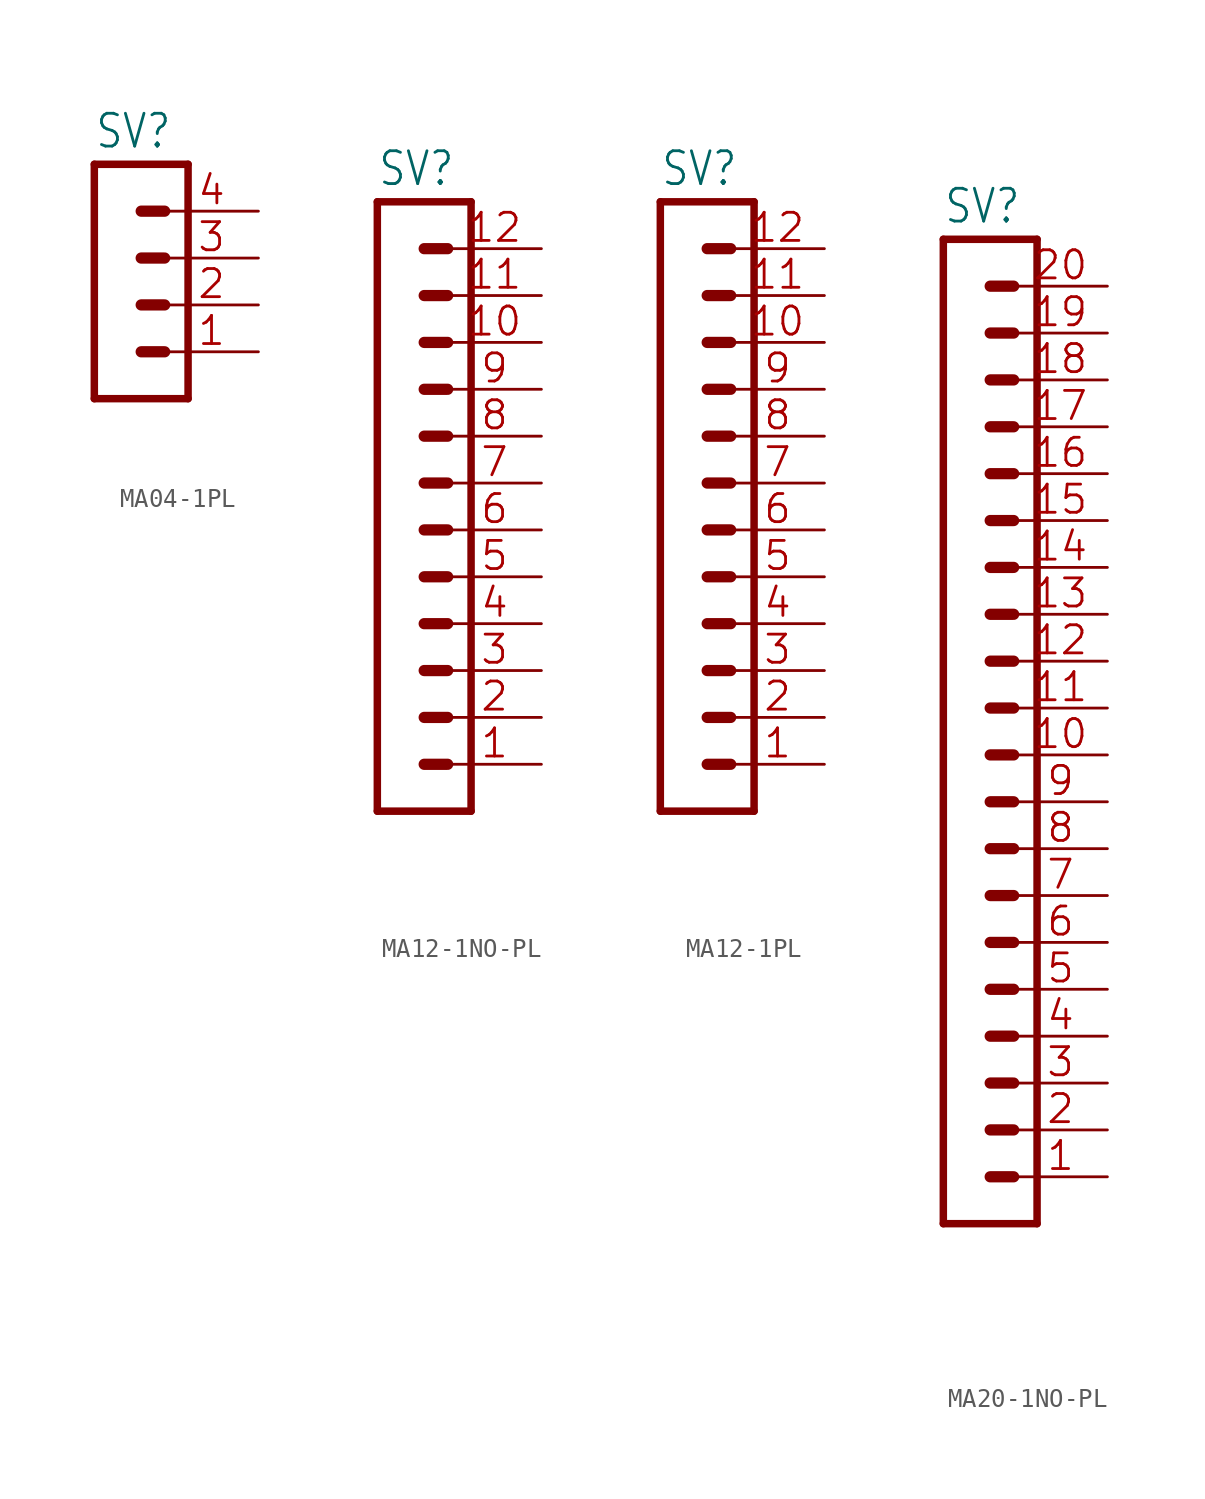
<source format=kicad_sym>
(kicad_symbol_lib
  (version 20241209)
  (generator "kicad_symbol_editor")
  (generator_version "9.0")
  (symbol "MA04-1PL"
    (property "Reference" "SV"
      (at -1.27 5.842 0)
      (effects (font (size 1.778 1.511)) (justify left bottom)))
    (property "Value" ""
      (at -1.27 -10.16 0)
      (effects (font (size 1.778 1.511)) (justify left bottom)))
    (property "ki_locked" ""
      (at 0 0 0)
      (effects (font (size 1.27 1.27))))
    (symbol "MA04-1PL_1_0"
      (polyline (pts (xy -1.27 5.08) (xy -1.27 -7.62)) (stroke (width 0.406) (type solid)) (fill (type none)))
      (polyline (pts (xy -1.27 5.08) (xy 3.81 5.08)) (stroke (width 0.406) (type solid)) (fill (type none)))
      (polyline (pts (xy 1.27 2.54) (xy 2.54 2.54)) (stroke (width 0.61) (type solid)) (fill (type none)))
      (polyline (pts (xy 1.27 0) (xy 2.54 0)) (stroke (width 0.61) (type solid)) (fill (type none)))
      (polyline (pts (xy 1.27 -2.54) (xy 2.54 -2.54)) (stroke (width 0.61) (type solid)) (fill (type none)))
      (polyline (pts (xy 1.27 -5.08) (xy 2.54 -5.08)) (stroke (width 0.61) (type solid)) (fill (type none)))
      (polyline (pts (xy 3.81 -7.62) (xy -1.27 -7.62)) (stroke (width 0.406) (type solid)) (fill (type none)))
      (polyline (pts (xy 3.81 -7.62) (xy 3.81 5.08)) (stroke (width 0.406) (type solid)) (fill (type none)))
      (pin passive line (at 7.62 2.54 180) (length 5.08) (name "4" (effects (font (size 0 0)))) (number "4" (effects (font (size 1.524 1.524)))))
      (pin passive line (at 7.62 0 180) (length 5.08) (name "3" (effects (font (size 0 0)))) (number "3" (effects (font (size 1.524 1.524)))))
      (pin passive line (at 7.62 -2.54 180) (length 5.08) (name "2" (effects (font (size 0 0)))) (number "2" (effects (font (size 1.524 1.524)))))
      (pin passive line (at 7.62 -5.08 180) (length 5.08) (name "1" (effects (font (size 0 0)))) (number "1" (effects (font (size 1.524 1.524)))))))
  (symbol "MA12-1NO-PL"
    (property "Reference" "SV"
      (at -1.27 18.542 0)
      (effects (font (size 1.778 1.511)) (justify left bottom)))
    (property "Value" ""
      (at -1.27 -17.78 0)
      (effects (font (size 1.778 1.511)) (justify left bottom)))
    (property "ki_locked" ""
      (at 0 0 0)
      (effects (font (size 1.27 1.27))))
    (symbol "MA12-1NO-PL_1_0"
      (polyline (pts (xy -1.27 17.78) (xy -1.27 -15.24)) (stroke (width 0.406) (type solid)) (fill (type none)))
      (polyline (pts (xy -1.27 17.78) (xy 3.81 17.78)) (stroke (width 0.406) (type solid)) (fill (type none)))
      (polyline (pts (xy 1.27 15.24) (xy 2.54 15.24)) (stroke (width 0.61) (type solid)) (fill (type none)))
      (polyline (pts (xy 1.27 12.7) (xy 2.54 12.7)) (stroke (width 0.61) (type solid)) (fill (type none)))
      (polyline (pts (xy 1.27 10.16) (xy 2.54 10.16)) (stroke (width 0.61) (type solid)) (fill (type none)))
      (polyline (pts (xy 1.27 7.62) (xy 2.54 7.62)) (stroke (width 0.61) (type solid)) (fill (type none)))
      (polyline (pts (xy 1.27 5.08) (xy 2.54 5.08)) (stroke (width 0.61) (type solid)) (fill (type none)))
      (polyline (pts (xy 1.27 2.54) (xy 2.54 2.54)) (stroke (width 0.61) (type solid)) (fill (type none)))
      (polyline (pts (xy 1.27 0) (xy 2.54 0)) (stroke (width 0.61) (type solid)) (fill (type none)))
      (polyline (pts (xy 1.27 -2.54) (xy 2.54 -2.54)) (stroke (width 0.61) (type solid)) (fill (type none)))
      (polyline (pts (xy 1.27 -5.08) (xy 2.54 -5.08)) (stroke (width 0.61) (type solid)) (fill (type none)))
      (polyline (pts (xy 1.27 -7.62) (xy 2.54 -7.62)) (stroke (width 0.61) (type solid)) (fill (type none)))
      (polyline (pts (xy 1.27 -10.16) (xy 2.54 -10.16)) (stroke (width 0.61) (type solid)) (fill (type none)))
      (polyline (pts (xy 1.27 -12.7) (xy 2.54 -12.7)) (stroke (width 0.61) (type solid)) (fill (type none)))
      (polyline (pts (xy 3.81 -15.24) (xy -1.27 -15.24)) (stroke (width 0.406) (type solid)) (fill (type none)))
      (polyline (pts (xy 3.81 -15.24) (xy 3.81 17.78)) (stroke (width 0.406) (type solid)) (fill (type none)))
      (pin passive line (at 7.62 15.24 180) (length 5.08) (name "12" (effects (font (size 0 0)))) (number "12" (effects (font (size 1.524 1.524)))))
      (pin passive line (at 7.62 12.7 180) (length 5.08) (name "11" (effects (font (size 0 0)))) (number "11" (effects (font (size 1.524 1.524)))))
      (pin passive line (at 7.62 10.16 180) (length 5.08) (name "10" (effects (font (size 0 0)))) (number "10" (effects (font (size 1.524 1.524)))))
      (pin passive line (at 7.62 7.62 180) (length 5.08) (name "9" (effects (font (size 0 0)))) (number "9" (effects (font (size 1.524 1.524)))))
      (pin passive line (at 7.62 5.08 180) (length 5.08) (name "8" (effects (font (size 0 0)))) (number "8" (effects (font (size 1.524 1.524)))))
      (pin passive line (at 7.62 2.54 180) (length 5.08) (name "7" (effects (font (size 0 0)))) (number "7" (effects (font (size 1.524 1.524)))))
      (pin passive line (at 7.62 0 180) (length 5.08) (name "6" (effects (font (size 0 0)))) (number "6" (effects (font (size 1.524 1.524)))))
      (pin passive line (at 7.62 -2.54 180) (length 5.08) (name "5" (effects (font (size 0 0)))) (number "5" (effects (font (size 1.524 1.524)))))
      (pin passive line (at 7.62 -5.08 180) (length 5.08) (name "4" (effects (font (size 0 0)))) (number "4" (effects (font (size 1.524 1.524)))))
      (pin passive line (at 7.62 -7.62 180) (length 5.08) (name "3" (effects (font (size 0 0)))) (number "3" (effects (font (size 1.524 1.524)))))
      (pin passive line (at 7.62 -10.16 180) (length 5.08) (name "2" (effects (font (size 0 0)))) (number "2" (effects (font (size 1.524 1.524)))))
      (pin passive line (at 7.62 -12.7 180) (length 5.08) (name "1" (effects (font (size 0 0)))) (number "1" (effects (font (size 1.524 1.524)))))))
  (symbol "MA12-1PL"
    (property "Reference" "SV"
      (at -1.27 18.542 0)
      (effects (font (size 1.778 1.511)) (justify left bottom)))
    (property "Value" ""
      (at -1.27 -17.78 0)
      (effects (font (size 1.778 1.511)) (justify left bottom)))
    (property "ki_locked" ""
      (at 0 0 0)
      (effects (font (size 1.27 1.27))))
    (symbol "MA12-1PL_1_0"
      (polyline (pts (xy -1.27 17.78) (xy -1.27 -15.24)) (stroke (width 0.406) (type solid)) (fill (type none)))
      (polyline (pts (xy -1.27 17.78) (xy 3.81 17.78)) (stroke (width 0.406) (type solid)) (fill (type none)))
      (polyline (pts (xy 1.27 15.24) (xy 2.54 15.24)) (stroke (width 0.61) (type solid)) (fill (type none)))
      (polyline (pts (xy 1.27 12.7) (xy 2.54 12.7)) (stroke (width 0.61) (type solid)) (fill (type none)))
      (polyline (pts (xy 1.27 10.16) (xy 2.54 10.16)) (stroke (width 0.61) (type solid)) (fill (type none)))
      (polyline (pts (xy 1.27 7.62) (xy 2.54 7.62)) (stroke (width 0.61) (type solid)) (fill (type none)))
      (polyline (pts (xy 1.27 5.08) (xy 2.54 5.08)) (stroke (width 0.61) (type solid)) (fill (type none)))
      (polyline (pts (xy 1.27 2.54) (xy 2.54 2.54)) (stroke (width 0.61) (type solid)) (fill (type none)))
      (polyline (pts (xy 1.27 0) (xy 2.54 0)) (stroke (width 0.61) (type solid)) (fill (type none)))
      (polyline (pts (xy 1.27 -2.54) (xy 2.54 -2.54)) (stroke (width 0.61) (type solid)) (fill (type none)))
      (polyline (pts (xy 1.27 -5.08) (xy 2.54 -5.08)) (stroke (width 0.61) (type solid)) (fill (type none)))
      (polyline (pts (xy 1.27 -7.62) (xy 2.54 -7.62)) (stroke (width 0.61) (type solid)) (fill (type none)))
      (polyline (pts (xy 1.27 -10.16) (xy 2.54 -10.16)) (stroke (width 0.61) (type solid)) (fill (type none)))
      (polyline (pts (xy 1.27 -12.7) (xy 2.54 -12.7)) (stroke (width 0.61) (type solid)) (fill (type none)))
      (polyline (pts (xy 3.81 -15.24) (xy -1.27 -15.24)) (stroke (width 0.406) (type solid)) (fill (type none)))
      (polyline (pts (xy 3.81 -15.24) (xy 3.81 17.78)) (stroke (width 0.406) (type solid)) (fill (type none)))
      (pin passive line (at 7.62 15.24 180) (length 5.08) (name "12" (effects (font (size 0 0)))) (number "12" (effects (font (size 1.524 1.524)))))
      (pin passive line (at 7.62 12.7 180) (length 5.08) (name "11" (effects (font (size 0 0)))) (number "11" (effects (font (size 1.524 1.524)))))
      (pin passive line (at 7.62 10.16 180) (length 5.08) (name "10" (effects (font (size 0 0)))) (number "10" (effects (font (size 1.524 1.524)))))
      (pin passive line (at 7.62 7.62 180) (length 5.08) (name "9" (effects (font (size 0 0)))) (number "9" (effects (font (size 1.524 1.524)))))
      (pin passive line (at 7.62 5.08 180) (length 5.08) (name "8" (effects (font (size 0 0)))) (number "8" (effects (font (size 1.524 1.524)))))
      (pin passive line (at 7.62 2.54 180) (length 5.08) (name "7" (effects (font (size 0 0)))) (number "7" (effects (font (size 1.524 1.524)))))
      (pin passive line (at 7.62 0 180) (length 5.08) (name "6" (effects (font (size 0 0)))) (number "6" (effects (font (size 1.524 1.524)))))
      (pin passive line (at 7.62 -2.54 180) (length 5.08) (name "5" (effects (font (size 0 0)))) (number "5" (effects (font (size 1.524 1.524)))))
      (pin passive line (at 7.62 -5.08 180) (length 5.08) (name "4" (effects (font (size 0 0)))) (number "4" (effects (font (size 1.524 1.524)))))
      (pin passive line (at 7.62 -7.62 180) (length 5.08) (name "3" (effects (font (size 0 0)))) (number "3" (effects (font (size 1.524 1.524)))))
      (pin passive line (at 7.62 -10.16 180) (length 5.08) (name "2" (effects (font (size 0 0)))) (number "2" (effects (font (size 1.524 1.524)))))
      (pin passive line (at 7.62 -12.7 180) (length 5.08) (name "1" (effects (font (size 0 0)))) (number "1" (effects (font (size 1.524 1.524)))))))
  (symbol "MA20-1NO-PL"
    (property "Reference" "SV"
      (at -1.27 28.702 0)
      (effects (font (size 1.778 1.511)) (justify left bottom)))
    (property "Value" ""
      (at -1.27 -27.94 0)
      (effects (font (size 1.778 1.511)) (justify left bottom)))
    (property "ki_locked" ""
      (at 0 0 0)
      (effects (font (size 1.27 1.27))))
    (symbol "MA20-1NO-PL_1_0"
      (polyline (pts (xy -1.27 27.94) (xy -1.27 -25.4)) (stroke (width 0.406) (type solid)) (fill (type none)))
      (polyline (pts (xy -1.27 27.94) (xy 3.81 27.94)) (stroke (width 0.406) (type solid)) (fill (type none)))
      (polyline (pts (xy 1.27 25.4) (xy 2.54 25.4)) (stroke (width 0.61) (type solid)) (fill (type none)))
      (polyline (pts (xy 1.27 22.86) (xy 2.54 22.86)) (stroke (width 0.61) (type solid)) (fill (type none)))
      (polyline (pts (xy 1.27 20.32) (xy 2.54 20.32)) (stroke (width 0.61) (type solid)) (fill (type none)))
      (polyline (pts (xy 1.27 17.78) (xy 2.54 17.78)) (stroke (width 0.61) (type solid)) (fill (type none)))
      (polyline (pts (xy 1.27 15.24) (xy 2.54 15.24)) (stroke (width 0.61) (type solid)) (fill (type none)))
      (polyline (pts (xy 1.27 12.7) (xy 2.54 12.7)) (stroke (width 0.61) (type solid)) (fill (type none)))
      (polyline (pts (xy 1.27 10.16) (xy 2.54 10.16)) (stroke (width 0.61) (type solid)) (fill (type none)))
      (polyline (pts (xy 1.27 7.62) (xy 2.54 7.62)) (stroke (width 0.61) (type solid)) (fill (type none)))
      (polyline (pts (xy 1.27 5.08) (xy 2.54 5.08)) (stroke (width 0.61) (type solid)) (fill (type none)))
      (polyline (pts (xy 1.27 2.54) (xy 2.54 2.54)) (stroke (width 0.61) (type solid)) (fill (type none)))
      (polyline (pts (xy 1.27 0) (xy 2.54 0)) (stroke (width 0.61) (type solid)) (fill (type none)))
      (polyline (pts (xy 1.27 -2.54) (xy 2.54 -2.54)) (stroke (width 0.61) (type solid)) (fill (type none)))
      (polyline (pts (xy 1.27 -5.08) (xy 2.54 -5.08)) (stroke (width 0.61) (type solid)) (fill (type none)))
      (polyline (pts (xy 1.27 -7.62) (xy 2.54 -7.62)) (stroke (width 0.61) (type solid)) (fill (type none)))
      (polyline (pts (xy 1.27 -10.16) (xy 2.54 -10.16)) (stroke (width 0.61) (type solid)) (fill (type none)))
      (polyline (pts (xy 1.27 -12.7) (xy 2.54 -12.7)) (stroke (width 0.61) (type solid)) (fill (type none)))
      (polyline (pts (xy 1.27 -15.24) (xy 2.54 -15.24)) (stroke (width 0.61) (type solid)) (fill (type none)))
      (polyline (pts (xy 1.27 -17.78) (xy 2.54 -17.78)) (stroke (width 0.61) (type solid)) (fill (type none)))
      (polyline (pts (xy 1.27 -20.32) (xy 2.54 -20.32)) (stroke (width 0.61) (type solid)) (fill (type none)))
      (polyline (pts (xy 1.27 -22.86) (xy 2.54 -22.86)) (stroke (width 0.61) (type solid)) (fill (type none)))
      (polyline (pts (xy 3.81 -25.4) (xy -1.27 -25.4)) (stroke (width 0.406) (type solid)) (fill (type none)))
      (polyline (pts (xy 3.81 -25.4) (xy 3.81 27.94)) (stroke (width 0.406) (type solid)) (fill (type none)))
      (pin passive line (at 7.62 25.4 180) (length 5.08) (name "20" (effects (font (size 0 0)))) (number "20" (effects (font (size 1.524 1.524)))))
      (pin passive line (at 7.62 22.86 180) (length 5.08) (name "19" (effects (font (size 0 0)))) (number "19" (effects (font (size 1.524 1.524)))))
      (pin passive line (at 7.62 20.32 180) (length 5.08) (name "18" (effects (font (size 0 0)))) (number "18" (effects (font (size 1.524 1.524)))))
      (pin passive line (at 7.62 17.78 180) (length 5.08) (name "17" (effects (font (size 0 0)))) (number "17" (effects (font (size 1.524 1.524)))))
      (pin passive line (at 7.62 15.24 180) (length 5.08) (name "16" (effects (font (size 0 0)))) (number "16" (effects (font (size 1.524 1.524)))))
      (pin passive line (at 7.62 12.7 180) (length 5.08) (name "15" (effects (font (size 0 0)))) (number "15" (effects (font (size 1.524 1.524)))))
      (pin passive line (at 7.62 10.16 180) (length 5.08) (name "14" (effects (font (size 0 0)))) (number "14" (effects (font (size 1.524 1.524)))))
      (pin passive line (at 7.62 7.62 180) (length 5.08) (name "13" (effects (font (size 0 0)))) (number "13" (effects (font (size 1.524 1.524)))))
      (pin passive line (at 7.62 5.08 180) (length 5.08) (name "12" (effects (font (size 0 0)))) (number "12" (effects (font (size 1.524 1.524)))))
      (pin passive line (at 7.62 2.54 180) (length 5.08) (name "11" (effects (font (size 0 0)))) (number "11" (effects (font (size 1.524 1.524)))))
      (pin passive line (at 7.62 0 180) (length 5.08) (name "10" (effects (font (size 0 0)))) (number "10" (effects (font (size 1.524 1.524)))))
      (pin passive line (at 7.62 -2.54 180) (length 5.08) (name "9" (effects (font (size 0 0)))) (number "9" (effects (font (size 1.524 1.524)))))
      (pin passive line (at 7.62 -5.08 180) (length 5.08) (name "8" (effects (font (size 0 0)))) (number "8" (effects (font (size 1.524 1.524)))))
      (pin passive line (at 7.62 -7.62 180) (length 5.08) (name "7" (effects (font (size 0 0)))) (number "7" (effects (font (size 1.524 1.524)))))
      (pin passive line (at 7.62 -10.16 180) (length 5.08) (name "6" (effects (font (size 0 0)))) (number "6" (effects (font (size 1.524 1.524)))))
      (pin passive line (at 7.62 -12.7 180) (length 5.08) (name "5" (effects (font (size 0 0)))) (number "5" (effects (font (size 1.524 1.524)))))
      (pin passive line (at 7.62 -15.24 180) (length 5.08) (name "4" (effects (font (size 0 0)))) (number "4" (effects (font (size 1.524 1.524)))))
      (pin passive line (at 7.62 -17.78 180) (length 5.08) (name "3" (effects (font (size 0 0)))) (number "3" (effects (font (size 1.524 1.524)))))
      (pin passive line (at 7.62 -20.32 180) (length 5.08) (name "2" (effects (font (size 0 0)))) (number "2" (effects (font (size 1.524 1.524)))))
      (pin passive line (at 7.62 -22.86 180) (length 5.08) (name "1" (effects (font (size 0 0)))) (number "1" (effects (font (size 1.524 1.524))))))))
</source>
